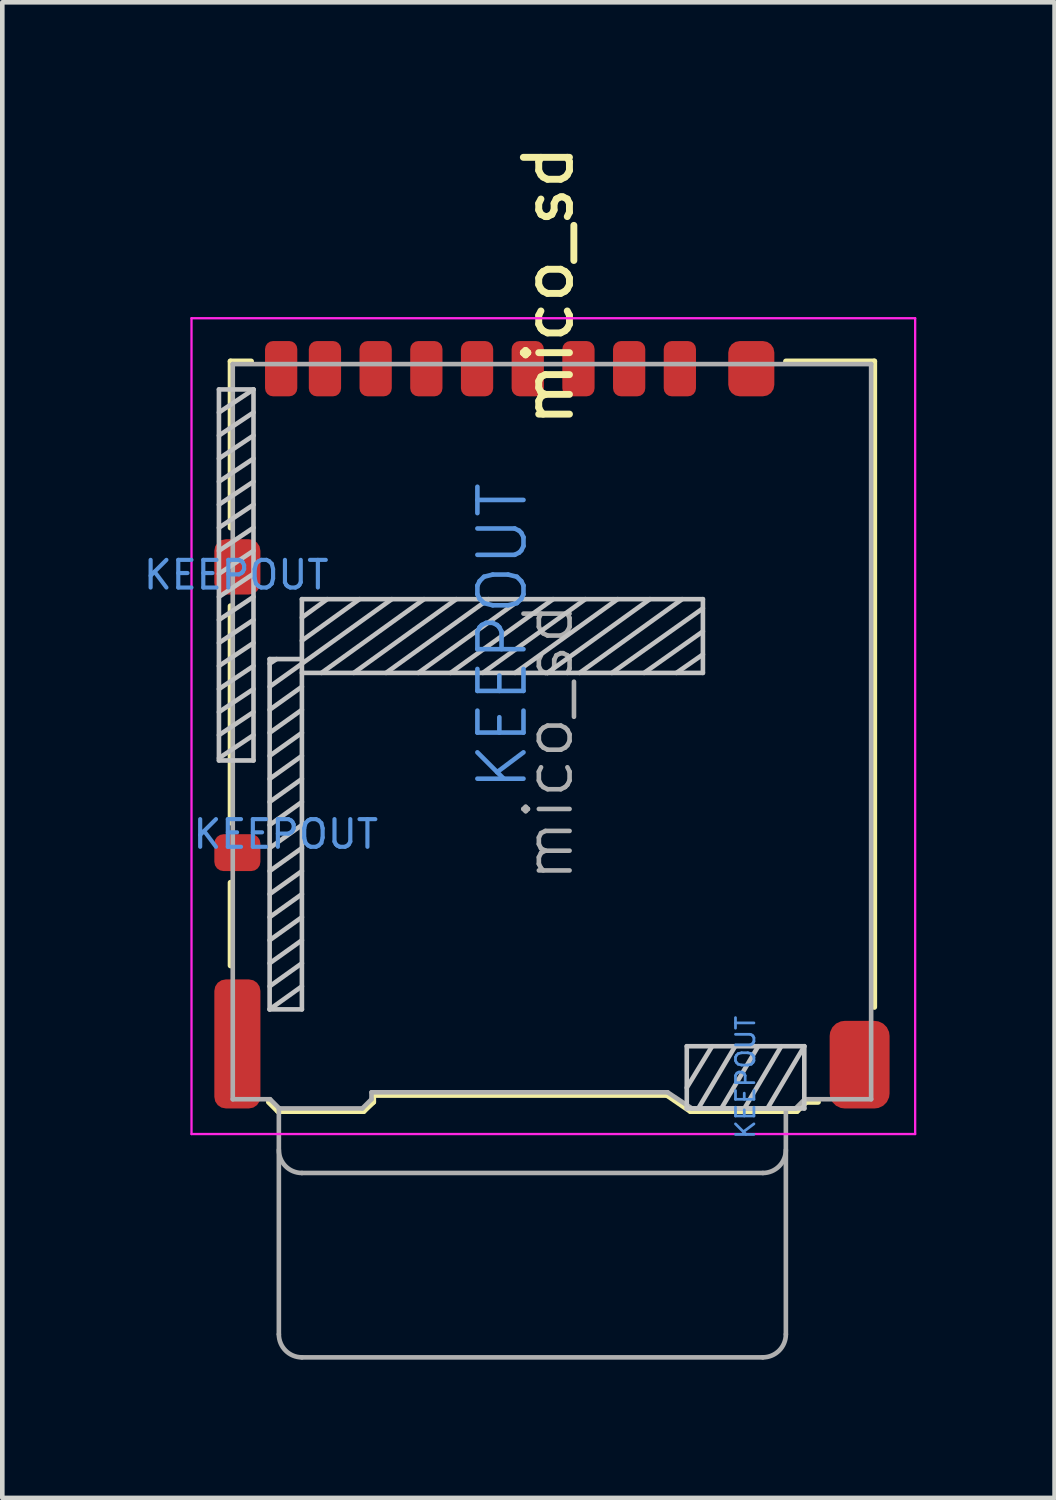
<source format=kicad_pcb>
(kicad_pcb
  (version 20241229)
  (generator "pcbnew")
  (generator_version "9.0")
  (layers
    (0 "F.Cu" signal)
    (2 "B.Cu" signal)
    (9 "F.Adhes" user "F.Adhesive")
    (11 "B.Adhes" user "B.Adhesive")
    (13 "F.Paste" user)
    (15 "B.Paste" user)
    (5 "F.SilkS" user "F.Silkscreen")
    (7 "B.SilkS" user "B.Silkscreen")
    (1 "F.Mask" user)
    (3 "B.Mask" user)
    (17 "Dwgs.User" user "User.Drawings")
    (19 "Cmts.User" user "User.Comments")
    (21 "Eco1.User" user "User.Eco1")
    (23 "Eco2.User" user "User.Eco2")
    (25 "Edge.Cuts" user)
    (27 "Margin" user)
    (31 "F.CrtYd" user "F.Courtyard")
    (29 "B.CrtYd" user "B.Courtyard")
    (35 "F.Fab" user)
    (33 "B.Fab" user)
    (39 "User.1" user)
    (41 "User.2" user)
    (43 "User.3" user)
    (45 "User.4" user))
  (footprint "mico_sd"
    (layer "F.Cu")
    (at 8.925 12.674)
    (property "Reference" "mico_sd" (at -0.075 -9.525 90) (layer "F.SilkS") (effects (font (size 1 1) (thickness 0.15))))
    (attr smd)
    (fp_line (start -6.975 -7.885) (end -6.975 -4.275) (stroke (width 0.12) (type solid)) (layer "F.SilkS"))
    (fp_line (start -6.975 -2.575) (end -6.975 2.125) (stroke (width 0.12) (type solid)) (layer "F.SilkS"))
    (fp_line (start -6.975 3.425) (end -6.975 5.225) (stroke (width 0.12) (type solid)) (layer "F.SilkS"))
    (fp_line (start -6.525 -7.885) (end -6.975 -7.885) (stroke (width 0.12) (type solid)) (layer "F.SilkS"))
    (fp_line (start -5.945 8.385) (end -6.145 8.185) (stroke (width 0.12) (type solid)) (layer "F.SilkS"))
    (fp_line (start -5.945 8.385) (end -4.085 8.385) (stroke (width 0.12) (type solid)) (layer "F.SilkS"))
    (fp_line (start -4.085 8.385) (end -3.875 8.185) (stroke (width 0.12) (type solid)) (layer "F.SilkS"))
    (fp_line (start -3.875 8.035) (end -3.875 8.185) (stroke (width 0.12) (type solid)) (layer "F.SilkS"))
    (fp_line (start -3.875 8.035) (end 2.495 8.035) (stroke (width 0.12) (type solid)) (layer "F.SilkS"))
    (fp_line (start 3.005 8.385) (end 2.495 8.035) (stroke (width 0.12) (type solid)) (layer "F.SilkS"))
    (fp_line (start 5.075 -7.885) (end 6.995 -7.885) (stroke (width 0.12) (type solid)) (layer "F.SilkS"))
    (fp_line (start 5.315 8.385) (end 3.005 8.385) (stroke (width 0.12) (type solid)) (layer "F.SilkS"))
    (fp_line (start 5.315 8.385) (end 5.515 8.185) (stroke (width 0.12) (type solid)) (layer "F.SilkS"))
    (fp_line (start 5.515 8.185) (end 5.775 8.185) (stroke (width 0.12) (type solid)) (layer "F.SilkS"))
    (fp_line (start 6.995 -7.885) (end 6.995 6.125) (stroke (width 0.12) (type solid)) (layer "F.SilkS"))
    (fp_line (start -7.225 -7.275) (end -6.475 -7.275) (stroke (width 0.1) (type solid)) (layer "Dwgs.User"))
    (fp_line (start -7.225 0.775) (end -7.225 -7.275) (stroke (width 0.1) (type solid)) (layer "Dwgs.User"))
    (fp_line (start -6.475 -7.275) (end -7.225 -6.775) (stroke (width 0.1) (type solid)) (layer "Dwgs.User"))
    (fp_line (start -6.475 -7.275) (end -6.475 0.775) (stroke (width 0.1) (type solid)) (layer "Dwgs.User"))
    (fp_line (start -6.475 -6.775) (end -7.225 -6.275) (stroke (width 0.1) (type solid)) (layer "Dwgs.User"))
    (fp_line (start -6.475 -6.275) (end -7.225 -5.775) (stroke (width 0.1) (type solid)) (layer "Dwgs.User"))
    (fp_line (start -6.475 -5.775) (end -7.225 -5.275) (stroke (width 0.1) (type solid)) (layer "Dwgs.User"))
    (fp_line (start -6.475 -5.275) (end -7.225 -4.775) (stroke (width 0.1) (type solid)) (layer "Dwgs.User"))
    (fp_line (start -6.475 -4.775) (end -7.225 -4.275) (stroke (width 0.1) (type solid)) (layer "Dwgs.User"))
    (fp_line (start -6.475 -4.275) (end -7.225 -3.775) (stroke (width 0.1) (type solid)) (layer "Dwgs.User"))
    (fp_line (start -6.475 -3.775) (end -7.225 -3.275) (stroke (width 0.1) (type solid)) (layer "Dwgs.User"))
    (fp_line (start -6.475 -3.275) (end -7.225 -2.775) (stroke (width 0.1) (type solid)) (layer "Dwgs.User"))
    (fp_line (start -6.475 -2.775) (end -7.225 -2.275) (stroke (width 0.1) (type solid)) (layer "Dwgs.User"))
    (fp_line (start -6.475 -2.275) (end -7.225 -1.775) (stroke (width 0.1) (type solid)) (layer "Dwgs.User"))
    (fp_line (start -6.475 -1.775) (end -7.225 -1.275) (stroke (width 0.1) (type solid)) (layer "Dwgs.User"))
    (fp_line (start -6.475 -1.275) (end -7.225 -0.775) (stroke (width 0.1) (type solid)) (layer "Dwgs.User"))
    (fp_line (start -6.475 -0.775) (end -7.225 -0.275) (stroke (width 0.1) (type solid)) (layer "Dwgs.User"))
    (fp_line (start -6.475 -0.275) (end -7.225 0.225) (stroke (width 0.1) (type solid)) (layer "Dwgs.User"))
    (fp_line (start -6.475 0.225) (end -7.225 0.725) (stroke (width 0.1) (type solid)) (layer "Dwgs.User"))
    (fp_line (start -6.475 0.775) (end -7.225 0.775) (stroke (width 0.1) (type solid)) (layer "Dwgs.User"))
    (fp_line (start -6.125 -1.425) (end -5.425 -1.425) (stroke (width 0.1) (type solid)) (layer "Dwgs.User"))
    (fp_line (start -6.125 -1.325) (end -5.975 -1.425) (stroke (width 0.1) (type solid)) (layer "Dwgs.User"))
    (fp_line (start -6.125 -0.825) (end -5.425 -1.325) (stroke (width 0.1) (type solid)) (layer "Dwgs.User"))
    (fp_line (start -6.125 -0.325) (end -5.425 -0.825) (stroke (width 0.1) (type solid)) (layer "Dwgs.User"))
    (fp_line (start -6.125 0.175) (end -5.425 -0.325) (stroke (width 0.1) (type solid)) (layer "Dwgs.User"))
    (fp_line (start -6.125 0.675) (end -5.425 0.175) (stroke (width 0.1) (type solid)) (layer "Dwgs.User"))
    (fp_line (start -6.125 1.175) (end -5.425 0.675) (stroke (width 0.1) (type solid)) (layer "Dwgs.User"))
    (fp_line (start -6.125 1.675) (end -5.425 1.175) (stroke (width 0.1) (type solid)) (layer "Dwgs.User"))
    (fp_line (start -6.125 2.175) (end -5.425 1.675) (stroke (width 0.1) (type solid)) (layer "Dwgs.User"))
    (fp_line (start -6.125 2.675) (end -5.425 2.175) (stroke (width 0.1) (type solid)) (layer "Dwgs.User"))
    (fp_line (start -6.125 3.175) (end -5.425 2.675) (stroke (width 0.1) (type solid)) (layer "Dwgs.User"))
    (fp_line (start -6.125 3.675) (end -5.425 3.175) (stroke (width 0.1) (type solid)) (layer "Dwgs.User"))
    (fp_line (start -6.125 4.175) (end -5.425 3.675) (stroke (width 0.1) (type solid)) (layer "Dwgs.User"))
    (fp_line (start -6.125 4.675) (end -5.425 4.175) (stroke (width 0.1) (type solid)) (layer "Dwgs.User"))
    (fp_line (start -6.125 5.175) (end -5.425 4.675) (stroke (width 0.1) (type solid)) (layer "Dwgs.User"))
    (fp_line (start -6.125 5.675) (end -5.425 5.175) (stroke (width 0.1) (type solid)) (layer "Dwgs.User"))
    (fp_line (start -6.125 6.175) (end -6.125 -1.425) (stroke (width 0.1) (type solid)) (layer "Dwgs.User"))
    (fp_line (start -6.125 6.175) (end -5.425 5.675) (stroke (width 0.1) (type solid)) (layer "Dwgs.User"))
    (fp_line (start -5.425 -2.725) (end -5.425 6.175) (stroke (width 0.1) (type solid)) (layer "Dwgs.User"))
    (fp_line (start -5.425 -2.725) (end 3.275 -2.725) (stroke (width 0.1) (type solid)) (layer "Dwgs.User"))
    (fp_line (start -5.425 -1.325) (end -3.475 -2.725) (stroke (width 0.1) (type solid)) (layer "Dwgs.User"))
    (fp_line (start -5.425 6.175) (end -6.125 6.175) (stroke (width 0.1) (type solid)) (layer "Dwgs.User"))
    (fp_line (start -4.875 -2.725) (end -5.425 -2.325) (stroke (width 0.1) (type solid)) (layer "Dwgs.User"))
    (fp_line (start -4.175 -2.725) (end -5.425 -1.825) (stroke (width 0.1) (type solid)) (layer "Dwgs.User"))
    (fp_line (start -2.775 -2.725) (end -5 -1.125) (stroke (width 0.1) (type solid)) (layer "Dwgs.User"))
    (fp_line (start -2.075 -2.725) (end -4.3 -1.125) (stroke (width 0.1) (type solid)) (layer "Dwgs.User"))
    (fp_line (start -1.375 -2.725) (end -3.6 -1.125) (stroke (width 0.1) (type solid)) (layer "Dwgs.User"))
    (fp_line (start -0.675 -2.725) (end -2.9 -1.125) (stroke (width 0.1) (type solid)) (layer "Dwgs.User"))
    (fp_line (start 0.025 -2.725) (end -2.2 -1.125) (stroke (width 0.1) (type solid)) (layer "Dwgs.User"))
    (fp_line (start 0.725 -2.725) (end -1.5 -1.125) (stroke (width 0.1) (type solid)) (layer "Dwgs.User"))
    (fp_line (start 1.425 -2.725) (end -0.8 -1.125) (stroke (width 0.1) (type solid)) (layer "Dwgs.User"))
    (fp_line (start 2.125 -2.725) (end -0.1 -1.125) (stroke (width 0.1) (type solid)) (layer "Dwgs.User"))
    (fp_line (start 2.825 -2.725) (end 0.6 -1.125) (stroke (width 0.1) (type solid)) (layer "Dwgs.User"))
    (fp_line (start 2.925 6.975) (end 5.475 6.975) (stroke (width 0.1) (type solid)) (layer "Dwgs.User"))
    (fp_line (start 2.925 8.325) (end 2.925 6.975) (stroke (width 0.1) (type solid)) (layer "Dwgs.User"))
    (fp_line (start 3.275 -2.725) (end 3.275 -1.125) (stroke (width 0.1) (type solid)) (layer "Dwgs.User"))
    (fp_line (start 3.275 -2.525) (end 1.3 -1.125) (stroke (width 0.1) (type solid)) (layer "Dwgs.User"))
    (fp_line (start 3.275 -2.025) (end 2 -1.125) (stroke (width 0.1) (type solid)) (layer "Dwgs.User"))
    (fp_line (start 3.275 -1.525) (end 2.7 -1.125) (stroke (width 0.1) (type solid)) (layer "Dwgs.User"))
    (fp_line (start 3.275 -1.125) (end -5.425 -1.125) (stroke (width 0.1) (type solid)) (layer "Dwgs.User"))
    (fp_line (start 3.475 6.975) (end 2.925 7.875) (stroke (width 0.1) (type solid)) (layer "Dwgs.User"))
    (fp_line (start 3.975 6.975) (end 3.175 8.325) (stroke (width 0.1) (type solid)) (layer "Dwgs.User"))
    (fp_line (start 4.475 6.975) (end 3.675 8.325) (stroke (width 0.1) (type solid)) (layer "Dwgs.User"))
    (fp_line (start 4.975 6.975) (end 4.175 8.325) (stroke (width 0.1) (type solid)) (layer "Dwgs.User"))
    (fp_line (start 5.475 6.975) (end 4.675 8.325) (stroke (width 0.1) (type solid)) (layer "Dwgs.User"))
    (fp_line (start 5.475 6.975) (end 5.475 8.325) (stroke (width 0.1) (type solid)) (layer "Dwgs.User"))
    (fp_line (start 5.475 8.325) (end 2.925 8.325) (stroke (width 0.1) (type solid)) (layer "Dwgs.User"))
    (fp_line (start -7.82 -8.82) (end 7.88 -8.82) (stroke (width 0.05) (type solid)) (layer "F.CrtYd"))
    (fp_line (start -7.82 8.88) (end -7.82 -8.82) (stroke (width 0.05) (type solid)) (layer "F.CrtYd"))
    (fp_line (start 7.88 -8.82) (end 7.88 8.88) (stroke (width 0.05) (type solid)) (layer "F.CrtYd"))
    (fp_line (start 7.88 8.88) (end -7.82 8.88) (stroke (width 0.05) (type solid)) (layer "F.CrtYd"))
    (fp_line (start -6.925 8.125) (end -6.925 -7.825) (stroke (width 0.1) (type solid)) (layer "F.Fab"))
    (fp_line (start -6.115 8.125) (end -6.925 8.125) (stroke (width 0.1) (type solid)) (layer "F.Fab"))
    (fp_line (start -5.925 8.325) (end -5.925 13.225) (stroke (width 0.1) (type solid)) (layer "F.Fab"))
    (fp_line (start -5.915 8.325) (end -6.115 8.125) (stroke (width 0.1) (type solid)) (layer "F.Fab"))
    (fp_line (start -5.425 9.725) (end 4.575 9.725) (stroke (width 0.1) (type solid)) (layer "F.Fab"))
    (fp_line (start -5.425 13.725) (end 4.575 13.725) (stroke (width 0.1) (type solid)) (layer "F.Fab"))
    (fp_line (start -4.115 8.325) (end -5.915 8.325) (stroke (width 0.1) (type solid)) (layer "F.Fab"))
    (fp_line (start -3.915 8.125) (end -4.115 8.325) (stroke (width 0.1) (type solid)) (layer "F.Fab"))
    (fp_line (start -3.915 8.125) (end -3.915 7.975) (stroke (width 0.1) (type solid)) (layer "F.Fab"))
    (fp_line (start 2.51 7.975) (end -3.915 7.975) (stroke (width 0.1) (type solid)) (layer "F.Fab"))
    (fp_line (start 3.035 8.325) (end 2.51 7.975) (stroke (width 0.1) (type solid)) (layer "F.Fab"))
    (fp_line (start 5.075 13.225) (end 5.075 8.325) (stroke (width 0.1) (type solid)) (layer "F.Fab"))
    (fp_line (start 5.285 8.325) (end 3.035 8.325) (stroke (width 0.1) (type solid)) (layer "F.Fab"))
    (fp_line (start 5.285 8.325) (end 5.485 8.125) (stroke (width 0.1) (type solid)) (layer "F.Fab"))
    (fp_line (start 5.485 8.125) (end 6.925 8.125) (stroke (width 0.1) (type solid)) (layer "F.Fab"))
    (fp_line (start 6.925 -7.825) (end -6.925 -7.825) (stroke (width 0.1) (type solid)) (layer "F.Fab"))
    (fp_line (start 6.925 8.125) (end 6.925 -7.825) (stroke (width 0.1) (type solid)) (layer "F.Fab"))
    (fp_arc (start -5.425 9.725) (mid -5.778553 9.578553) (end -5.925 9.225) (stroke (width 0.1) (type solid)) (layer "F.Fab"))
    (fp_arc (start -5.425 13.725) (mid -5.778553 13.578553) (end -5.925 13.225) (stroke (width 0.1) (type solid)) (layer "F.Fab"))
    (fp_arc (start 5.075 9.225) (mid 4.928553 9.578553) (end 4.575 9.725) (stroke (width 0.1) (type solid)) (layer "F.Fab"))
    (fp_arc (start 5.075 13.225) (mid 4.928553 13.578553) (end 4.575 13.725) (stroke (width 0.1) (type solid)) (layer "F.Fab"))
    (fp_text user "KEEPOUT" (at 4.2 7.65 90) (layer "Cmts.User") (effects (font (size 0.4 0.4) (thickness 0.06))))
    (fp_text user "KEEPOUT" (at -6.85 -3.25 0) (layer "Cmts.User") (effects (font (size 0.6 0.6) (thickness 0.09))))
    (fp_text user "KEEPOUT" (at -1.075 -1.925 90) (layer "Cmts.User") (effects (font (size 1 1) (thickness 0.1))))
    (fp_text user "KEEPOUT" (at -5.775 2.375 0) (layer "Cmts.User") (effects (font (size 0.6 0.6) (thickness 0.09))))
    (fp_text user "${REFERENCE}" (at -0.075 0.375 90) (layer "F.Fab") (effects (font (size 1 1) (thickness 0.1))))
    (pad "1" smd roundrect (at 2.775 -7.725) (size 0.7 1.2) (layers "F.Cu" "F.Paste" "Rescue") (roundrect_rratio 0.25))
    (pad "2" smd roundrect (at 1.675 -7.725) (size 0.7 1.2) (layers "F.Cu" "F.Paste" "Rescue") (roundrect_rratio 0.25))
    (pad "3" smd roundrect (at 0.575 -7.725) (size 0.7 1.2) (layers "F.Cu" "F.Paste" "Rescue") (roundrect_rratio 0.25))
    (pad "4" smd roundrect (at -0.525 -7.725) (size 0.7 1.2) (layers "F.Cu" "F.Paste" "Rescue") (roundrect_rratio 0.25))
    (pad "5" smd roundrect (at -1.625 -7.725) (size 0.7 1.2) (layers "F.Cu" "F.Paste" "Rescue") (roundrect_rratio 0.25))
    (pad "6" smd roundrect (at -2.725 -7.725) (size 0.7 1.2) (layers "F.Cu" "F.Paste" "Rescue") (roundrect_rratio 0.25))
    (pad "7" smd roundrect (at -3.825 -7.725) (size 0.7 1.2) (layers "F.Cu" "F.Paste" "Rescue") (roundrect_rratio 0.25))
    (pad "8" smd roundrect (at -4.925 -7.725) (size 0.7 1.2) (layers "F.Cu" "F.Paste" "Rescue") (roundrect_rratio 0.25))
    (pad "9" smd roundrect (at -5.875 -7.725 180) (size 0.7 1.2) (layers "F.Cu" "F.Paste" "Rescue") (roundrect_rratio 0.25))
    (pad "10" smd roundrect (at -6.825 2.775) (size 1 0.8) (layers "F.Cu" "F.Paste" "Rescue") (roundrect_rratio 0.25))
    (pad "11" smd roundrect (at -6.825 -3.425) (size 1 1.2) (layers "F.Cu" "F.Paste" "Rescue") (roundrect_rratio 0.25))
    (pad "11" smd roundrect (at -6.825 6.925) (size 1 2.8) (layers "F.Cu" "F.Paste" "Rescue") (roundrect_rratio 0.25))
    (pad "11" smd roundrect (at 4.325 -7.725) (size 1 1.2) (layers "F.Cu" "F.Paste" "Rescue") (roundrect_rratio 0.25))
    (pad "11" smd roundrect (at 6.675 7.375) (size 1.3 1.9) (layers "F.Cu" "F.Paste" "Rescue") (roundrect_rratio 0.25)))
  (gr_rect
    (start -3 -3)
    (end 19.83 29.449)
    (stroke (width 0.1) (type default))
    (fill no)
    (layer "Edge.Cuts")))
</source>
